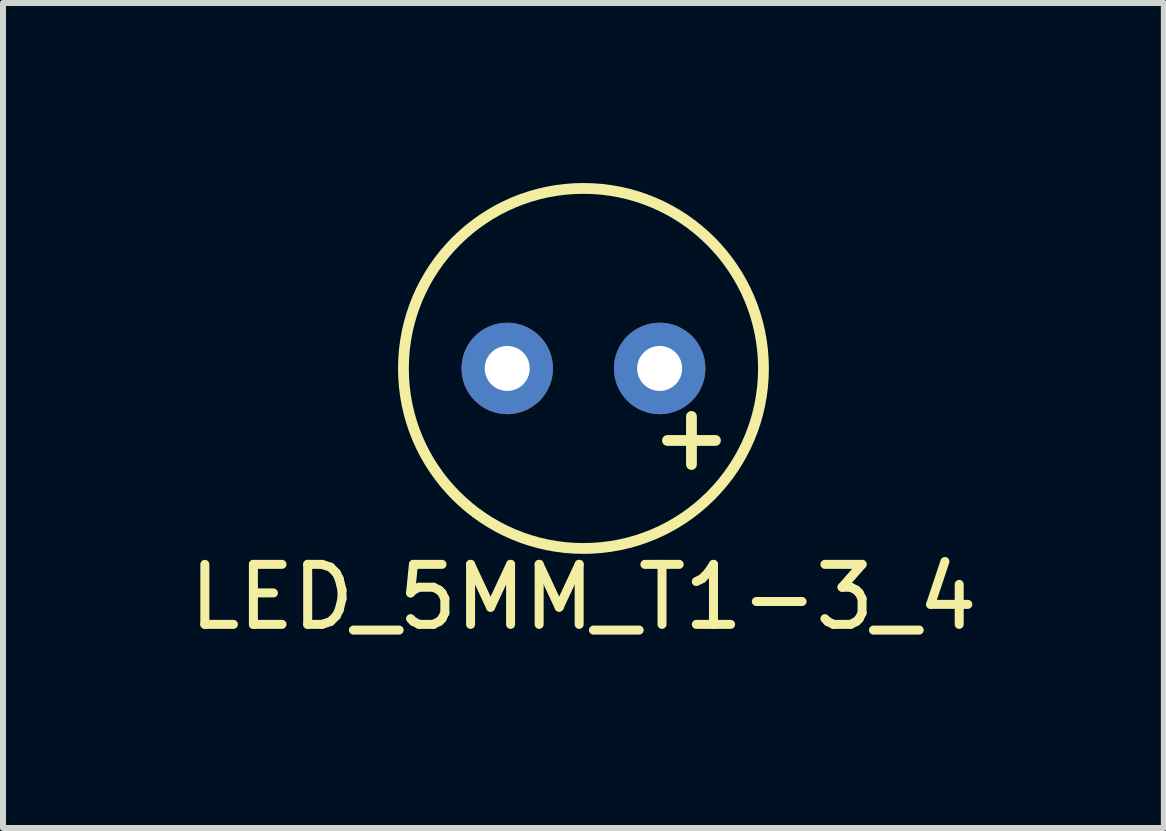
<source format=kicad_pcb>
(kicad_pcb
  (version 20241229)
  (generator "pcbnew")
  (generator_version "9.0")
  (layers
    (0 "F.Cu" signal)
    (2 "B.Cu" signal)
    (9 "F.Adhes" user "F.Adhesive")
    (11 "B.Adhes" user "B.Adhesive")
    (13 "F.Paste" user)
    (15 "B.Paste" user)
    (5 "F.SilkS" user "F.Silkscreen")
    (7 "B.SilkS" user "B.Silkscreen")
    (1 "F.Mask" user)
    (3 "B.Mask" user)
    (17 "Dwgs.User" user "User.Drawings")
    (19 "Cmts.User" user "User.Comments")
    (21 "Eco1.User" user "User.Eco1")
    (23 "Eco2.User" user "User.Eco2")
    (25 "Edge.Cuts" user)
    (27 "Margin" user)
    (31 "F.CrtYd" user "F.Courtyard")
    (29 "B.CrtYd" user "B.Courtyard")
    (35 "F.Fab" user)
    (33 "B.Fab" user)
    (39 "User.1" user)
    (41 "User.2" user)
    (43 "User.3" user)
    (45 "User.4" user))
  (footprint "LED_5MM_T1-3_4"
    (layer "F.Cu")
    (at 6.673 3.09)
    (property "Reference" "LED_5MM_T1-3_4" (at 0 3.81 0) (layer "F.SilkS") (effects (font (size 1 1) (thickness 0.15))))
    (attr through_hole)
    (fp_line (start 1.8 0.8) (end 1.8 1.6) (stroke (width 0.18) (type solid)) (layer "F.SilkS"))
    (fp_line (start 2.2 1.2) (end 1.4 1.2) (stroke (width 0.18) (type solid)) (layer "F.SilkS"))
    (fp_circle (center 0 0) (end 3 0) (stroke (width 0.18) (type solid)) (fill no) (layer "F.SilkS"))
    (pad "1" thru_hole circle (at -1.27 0) (size 1.524 1.524) (drill 0.75) (layers "*.Cu" "*.Mask"))
    (pad "2" thru_hole circle (at 1.27 0) (size 1.524 1.524) (drill 0.75) (layers "*.Cu" "*.Mask")))
  (gr_rect
    (start -3 -3)
    (end 16.345 10.748)
    (stroke (width 0.1) (type default))
    (fill no)
    (layer "Edge.Cuts")))
</source>
